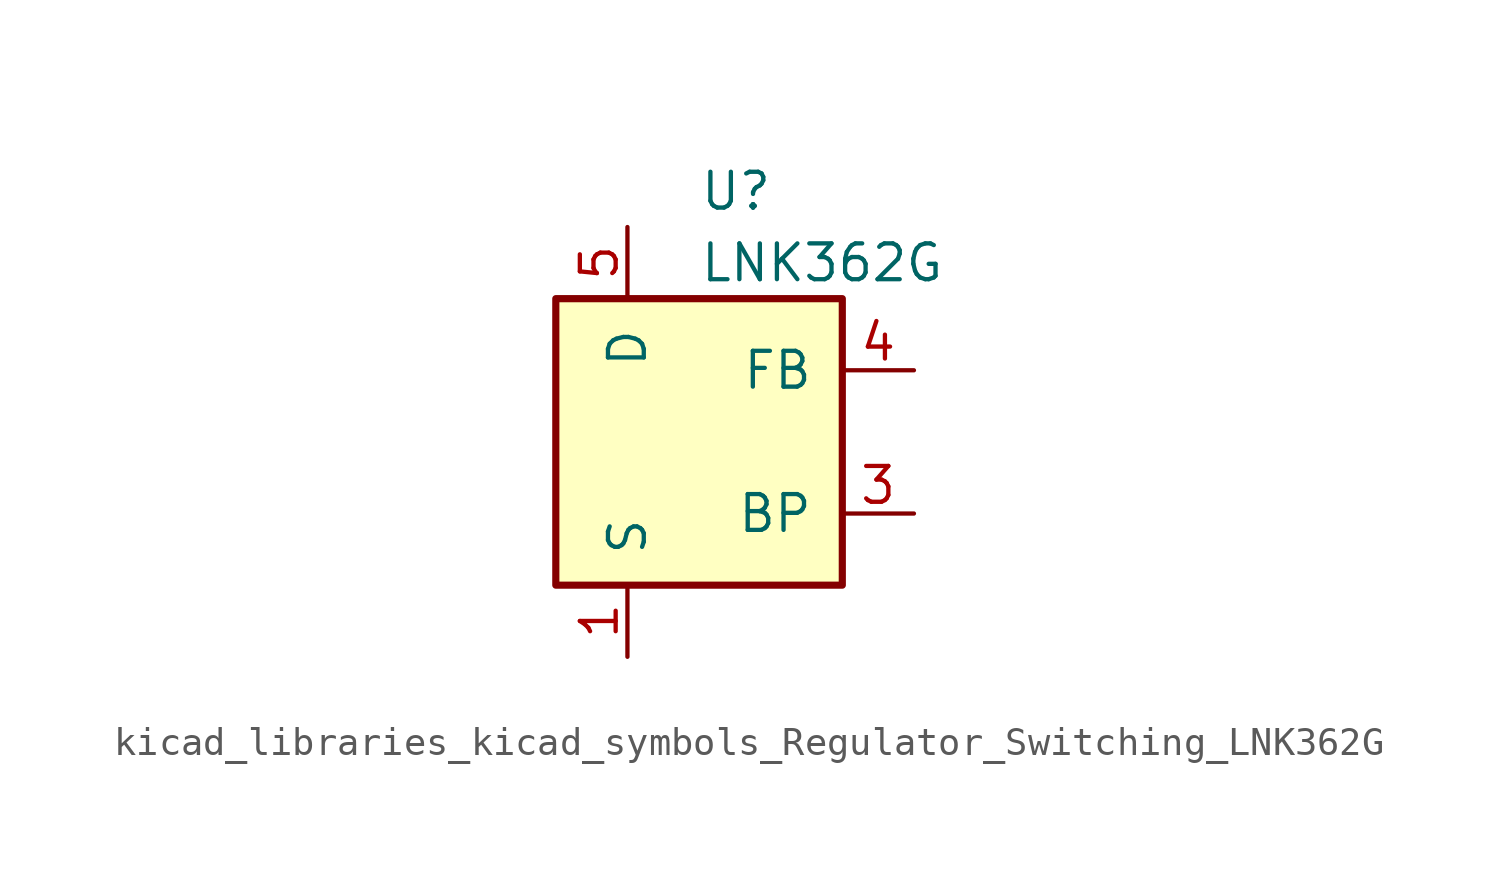
<source format=kicad_sym>
(kicad_symbol_lib
  (version 20220914)
  (generator kicad_symbol_editor)
  (symbol "kicad_libraries_kicad_symbols_Regulator_Switching_LNK362G"
    (pin_names
      (offset 1.016))
    (property "Reference" "U"
      (at 0 8.89 0)
      (effects (font (size 1.27 1.27)) (justify left)))
    (property "Value" "LNK362G"
      (at 0 6.35 0)
      (effects (font (size 1.27 1.27)) (justify left)))
    (symbol "kicad_libraries_kicad_symbols_Regulator_Switching_LNK362G_0_1"
      (rectangle (start -5.08 5.08) (end 5.08 -5.08) (stroke (width 0.254) (type default)) (fill (type background))))
    (symbol "kicad_libraries_kicad_symbols_Regulator_Switching_LNK362G_1_1"
      (pin power_in line (at -2.54 -7.62 90) (length 2.54) (name "S" (effects (font (size 1.27 1.27)))) (number "1" (effects (font (size 1.27 1.27)))))
      (pin passive line (at -2.54 -7.62 90) (length 2.54) hide (name "S" (effects (font (size 1.27 1.27)))) (number "2" (effects (font (size 1.27 1.27)))))
      (pin input line (at 7.62 -2.54 180) (length 2.54) (name "BP" (effects (font (size 1.27 1.27)))) (number "3" (effects (font (size 1.27 1.27)))))
      (pin input line (at 7.62 2.54 180) (length 2.54) (name "FB" (effects (font (size 1.27 1.27)))) (number "4" (effects (font (size 1.27 1.27)))))
      (pin open_collector line (at -2.54 7.62 270) (length 2.54) (name "D" (effects (font (size 1.27 1.27)))) (number "5" (effects (font (size 1.27 1.27)))))
      (pin passive line (at -2.54 -7.62 90) (length 2.54) hide (name "S" (effects (font (size 1.27 1.27)))) (number "7" (effects (font (size 1.27 1.27)))))
      (pin passive line (at -2.54 -7.62 90) (length 2.54) hide (name "S" (effects (font (size 1.27 1.27)))) (number "8" (effects (font (size 1.27 1.27))))))))
</source>
